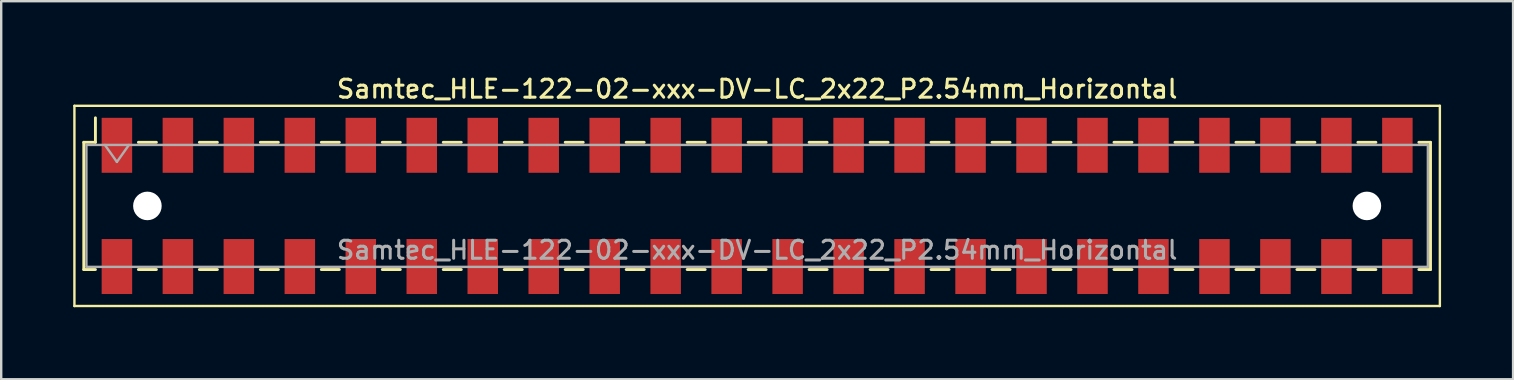
<source format=kicad_pcb>
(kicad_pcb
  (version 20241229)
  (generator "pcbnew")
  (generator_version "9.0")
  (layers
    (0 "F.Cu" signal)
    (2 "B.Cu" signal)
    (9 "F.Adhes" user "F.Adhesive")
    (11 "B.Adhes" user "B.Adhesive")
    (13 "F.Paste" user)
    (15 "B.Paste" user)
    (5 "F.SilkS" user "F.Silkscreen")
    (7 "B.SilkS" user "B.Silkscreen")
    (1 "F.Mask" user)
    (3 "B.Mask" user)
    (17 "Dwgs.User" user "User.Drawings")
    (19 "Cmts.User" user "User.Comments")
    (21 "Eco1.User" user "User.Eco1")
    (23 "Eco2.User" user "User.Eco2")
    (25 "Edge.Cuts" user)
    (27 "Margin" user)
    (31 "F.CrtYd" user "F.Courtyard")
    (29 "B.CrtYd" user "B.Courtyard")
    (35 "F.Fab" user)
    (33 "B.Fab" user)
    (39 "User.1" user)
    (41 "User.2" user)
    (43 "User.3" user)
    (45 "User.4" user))
  (footprint "Samtec_HLE-122-02-xxx-DV-LC_2x22_P2.54mm_Horizontal"
    (layer "F.Cu")
    (at 28.49 5.528)
    (property "Reference" "Samtec_HLE-122-02-xxx-DV-LC_2x22_P2.54mm_Horizontal" (at 0 -4.87 0) (layer "F.SilkS") (effects (font (size 0.75 0.75) (thickness 0.125))))
    (attr smd)
    (fp_line (start -28.44 -4.17) (end 28.44 -4.17) (stroke (width 0.1) (type solid)) (layer "F.SilkS"))
    (fp_line (start -28.44 4.17) (end -28.44 -4.17) (stroke (width 0.1) (type solid)) (layer "F.SilkS"))
    (fp_line (start -28.05 -2.65) (end -28.05 2.65) (stroke (width 0.12) (type solid)) (layer "F.SilkS"))
    (fp_line (start -28.05 2.65) (end -27.565 2.65) (stroke (width 0.12) (type solid)) (layer "F.SilkS"))
    (fp_line (start -27.565 -3.67) (end -27.565 -2.65) (stroke (width 0.12) (type solid)) (layer "F.SilkS"))
    (fp_line (start -27.565 -2.65) (end -28.05 -2.65) (stroke (width 0.12) (type solid)) (layer "F.SilkS"))
    (fp_line (start -25.775 -2.65) (end -25.025 -2.65) (stroke (width 0.12) (type solid)) (layer "F.SilkS"))
    (fp_line (start -25.775 2.65) (end -25.025 2.65) (stroke (width 0.12) (type solid)) (layer "F.SilkS"))
    (fp_line (start -23.235 -2.65) (end -22.485 -2.65) (stroke (width 0.12) (type solid)) (layer "F.SilkS"))
    (fp_line (start -23.235 2.65) (end -22.485 2.65) (stroke (width 0.12) (type solid)) (layer "F.SilkS"))
    (fp_line (start -20.695 -2.65) (end -19.945 -2.65) (stroke (width 0.12) (type solid)) (layer "F.SilkS"))
    (fp_line (start -20.695 2.65) (end -19.945 2.65) (stroke (width 0.12) (type solid)) (layer "F.SilkS"))
    (fp_line (start -18.155 -2.65) (end -17.405 -2.65) (stroke (width 0.12) (type solid)) (layer "F.SilkS"))
    (fp_line (start -18.155 2.65) (end -17.405 2.65) (stroke (width 0.12) (type solid)) (layer "F.SilkS"))
    (fp_line (start -15.615 -2.65) (end -14.865 -2.65) (stroke (width 0.12) (type solid)) (layer "F.SilkS"))
    (fp_line (start -15.615 2.65) (end -14.865 2.65) (stroke (width 0.12) (type solid)) (layer "F.SilkS"))
    (fp_line (start -13.075 -2.65) (end -12.325 -2.65) (stroke (width 0.12) (type solid)) (layer "F.SilkS"))
    (fp_line (start -13.075 2.65) (end -12.325 2.65) (stroke (width 0.12) (type solid)) (layer "F.SilkS"))
    (fp_line (start -10.535 -2.65) (end -9.785 -2.65) (stroke (width 0.12) (type solid)) (layer "F.SilkS"))
    (fp_line (start -10.535 2.65) (end -9.785 2.65) (stroke (width 0.12) (type solid)) (layer "F.SilkS"))
    (fp_line (start -7.995 -2.65) (end -7.245 -2.65) (stroke (width 0.12) (type solid)) (layer "F.SilkS"))
    (fp_line (start -7.995 2.65) (end -7.245 2.65) (stroke (width 0.12) (type solid)) (layer "F.SilkS"))
    (fp_line (start -5.455 -2.65) (end -4.705 -2.65) (stroke (width 0.12) (type solid)) (layer "F.SilkS"))
    (fp_line (start -5.455 2.65) (end -4.705 2.65) (stroke (width 0.12) (type solid)) (layer "F.SilkS"))
    (fp_line (start -2.915 -2.65) (end -2.165 -2.65) (stroke (width 0.12) (type solid)) (layer "F.SilkS"))
    (fp_line (start -2.915 2.65) (end -2.165 2.65) (stroke (width 0.12) (type solid)) (layer "F.SilkS"))
    (fp_line (start -0.375 -2.65) (end 0.375 -2.65) (stroke (width 0.12) (type solid)) (layer "F.SilkS"))
    (fp_line (start -0.375 2.65) (end 0.375 2.65) (stroke (width 0.12) (type solid)) (layer "F.SilkS"))
    (fp_line (start 2.165 -2.65) (end 2.915 -2.65) (stroke (width 0.12) (type solid)) (layer "F.SilkS"))
    (fp_line (start 2.165 2.65) (end 2.915 2.65) (stroke (width 0.12) (type solid)) (layer "F.SilkS"))
    (fp_line (start 4.705 -2.65) (end 5.455 -2.65) (stroke (width 0.12) (type solid)) (layer "F.SilkS"))
    (fp_line (start 4.705 2.65) (end 5.455 2.65) (stroke (width 0.12) (type solid)) (layer "F.SilkS"))
    (fp_line (start 7.245 -2.65) (end 7.995 -2.65) (stroke (width 0.12) (type solid)) (layer "F.SilkS"))
    (fp_line (start 7.245 2.65) (end 7.995 2.65) (stroke (width 0.12) (type solid)) (layer "F.SilkS"))
    (fp_line (start 9.785 -2.65) (end 10.535 -2.65) (stroke (width 0.12) (type solid)) (layer "F.SilkS"))
    (fp_line (start 9.785 2.65) (end 10.535 2.65) (stroke (width 0.12) (type solid)) (layer "F.SilkS"))
    (fp_line (start 12.325 -2.65) (end 13.075 -2.65) (stroke (width 0.12) (type solid)) (layer "F.SilkS"))
    (fp_line (start 12.325 2.65) (end 13.075 2.65) (stroke (width 0.12) (type solid)) (layer "F.SilkS"))
    (fp_line (start 14.865 -2.65) (end 15.615 -2.65) (stroke (width 0.12) (type solid)) (layer "F.SilkS"))
    (fp_line (start 14.865 2.65) (end 15.615 2.65) (stroke (width 0.12) (type solid)) (layer "F.SilkS"))
    (fp_line (start 17.405 -2.65) (end 18.155 -2.65) (stroke (width 0.12) (type solid)) (layer "F.SilkS"))
    (fp_line (start 17.405 2.65) (end 18.155 2.65) (stroke (width 0.12) (type solid)) (layer "F.SilkS"))
    (fp_line (start 19.945 -2.65) (end 20.695 -2.65) (stroke (width 0.12) (type solid)) (layer "F.SilkS"))
    (fp_line (start 19.945 2.65) (end 20.695 2.65) (stroke (width 0.12) (type solid)) (layer "F.SilkS"))
    (fp_line (start 22.485 -2.65) (end 23.235 -2.65) (stroke (width 0.12) (type solid)) (layer "F.SilkS"))
    (fp_line (start 22.485 2.65) (end 23.235 2.65) (stroke (width 0.12) (type solid)) (layer "F.SilkS"))
    (fp_line (start 25.025 -2.65) (end 25.775 -2.65) (stroke (width 0.12) (type solid)) (layer "F.SilkS"))
    (fp_line (start 25.025 2.65) (end 25.775 2.65) (stroke (width 0.12) (type solid)) (layer "F.SilkS"))
    (fp_line (start 27.565 -2.65) (end 28.05 -2.65) (stroke (width 0.12) (type solid)) (layer "F.SilkS"))
    (fp_line (start 28.05 -2.65) (end 28.05 2.65) (stroke (width 0.12) (type solid)) (layer "F.SilkS"))
    (fp_line (start 28.05 2.65) (end 27.565 2.65) (stroke (width 0.12) (type solid)) (layer "F.SilkS"))
    (fp_line (start 28.44 -4.17) (end 28.44 4.17) (stroke (width 0.1) (type solid)) (layer "F.SilkS"))
    (fp_line (start 28.44 4.17) (end -28.44 4.17) (stroke (width 0.1) (type solid)) (layer "F.SilkS"))
    (fp_line (start -27.94 -2.54) (end 27.94 -2.54) (stroke (width 0.1) (type solid)) (layer "F.Fab"))
    (fp_line (start -27.94 2.54) (end -27.94 -2.54) (stroke (width 0.1) (type solid)) (layer "F.Fab"))
    (fp_line (start -27.17 -2.54) (end -26.67 -1.833) (stroke (width 0.1) (type solid)) (layer "F.Fab"))
    (fp_line (start -26.67 -1.833) (end -26.17 -2.54) (stroke (width 0.1) (type solid)) (layer "F.Fab"))
    (fp_line (start 27.94 -2.54) (end 27.94 2.54) (stroke (width 0.1) (type solid)) (layer "F.Fab"))
    (fp_line (start 27.94 2.54) (end -27.94 2.54) (stroke (width 0.1) (type solid)) (layer "F.Fab"))
    (fp_text user "${REFERENCE}" (at 0 1.84 0) (layer "F.Fab") (effects (font (size 0.75 0.75) (thickness 0.125))))
    (pad "" np_thru_hole circle (at -25.4 0) (size 1.19 1.19) (drill 1.19) (layers "*.Cu" "*.Mask"))
    (pad "" np_thru_hole circle (at 25.4 0) (size 1.19 1.19) (drill 1.19) (layers "*.Cu" "*.Mask"))
    (pad "1" smd rect (at -26.67 -2.525) (size 1.27 2.29) (layers "F.Cu" "F.Mask" "F.Paste"))
    (pad "2" smd rect (at -26.67 2.525) (size 1.27 2.29) (layers "F.Cu" "F.Mask" "F.Paste"))
    (pad "3" smd rect (at -24.13 -2.525) (size 1.27 2.29) (layers "F.Cu" "F.Mask" "F.Paste"))
    (pad "4" smd rect (at -24.13 2.525) (size 1.27 2.29) (layers "F.Cu" "F.Mask" "F.Paste"))
    (pad "5" smd rect (at -21.59 -2.525) (size 1.27 2.29) (layers "F.Cu" "F.Mask" "F.Paste"))
    (pad "6" smd rect (at -21.59 2.525) (size 1.27 2.29) (layers "F.Cu" "F.Mask" "F.Paste"))
    (pad "7" smd rect (at -19.05 -2.525) (size 1.27 2.29) (layers "F.Cu" "F.Mask" "F.Paste"))
    (pad "8" smd rect (at -19.05 2.525) (size 1.27 2.29) (layers "F.Cu" "F.Mask" "F.Paste"))
    (pad "9" smd rect (at -16.51 -2.525) (size 1.27 2.29) (layers "F.Cu" "F.Mask" "F.Paste"))
    (pad "10" smd rect (at -16.51 2.525) (size 1.27 2.29) (layers "F.Cu" "F.Mask" "F.Paste"))
    (pad "11" smd rect (at -13.97 -2.525) (size 1.27 2.29) (layers "F.Cu" "F.Mask" "F.Paste"))
    (pad "12" smd rect (at -13.97 2.525) (size 1.27 2.29) (layers "F.Cu" "F.Mask" "F.Paste"))
    (pad "13" smd rect (at -11.43 -2.525) (size 1.27 2.29) (layers "F.Cu" "F.Mask" "F.Paste"))
    (pad "14" smd rect (at -11.43 2.525) (size 1.27 2.29) (layers "F.Cu" "F.Mask" "F.Paste"))
    (pad "15" smd rect (at -8.89 -2.525) (size 1.27 2.29) (layers "F.Cu" "F.Mask" "F.Paste"))
    (pad "16" smd rect (at -8.89 2.525) (size 1.27 2.29) (layers "F.Cu" "F.Mask" "F.Paste"))
    (pad "17" smd rect (at -6.35 -2.525) (size 1.27 2.29) (layers "F.Cu" "F.Mask" "F.Paste"))
    (pad "18" smd rect (at -6.35 2.525) (size 1.27 2.29) (layers "F.Cu" "F.Mask" "F.Paste"))
    (pad "19" smd rect (at -3.81 -2.525) (size 1.27 2.29) (layers "F.Cu" "F.Mask" "F.Paste"))
    (pad "20" smd rect (at -3.81 2.525) (size 1.27 2.29) (layers "F.Cu" "F.Mask" "F.Paste"))
    (pad "21" smd rect (at -1.27 -2.525) (size 1.27 2.29) (layers "F.Cu" "F.Mask" "F.Paste"))
    (pad "22" smd rect (at -1.27 2.525) (size 1.27 2.29) (layers "F.Cu" "F.Mask" "F.Paste"))
    (pad "23" smd rect (at 1.27 -2.525) (size 1.27 2.29) (layers "F.Cu" "F.Mask" "F.Paste"))
    (pad "24" smd rect (at 1.27 2.525) (size 1.27 2.29) (layers "F.Cu" "F.Mask" "F.Paste"))
    (pad "25" smd rect (at 3.81 -2.525) (size 1.27 2.29) (layers "F.Cu" "F.Mask" "F.Paste"))
    (pad "26" smd rect (at 3.81 2.525) (size 1.27 2.29) (layers "F.Cu" "F.Mask" "F.Paste"))
    (pad "27" smd rect (at 6.35 -2.525) (size 1.27 2.29) (layers "F.Cu" "F.Mask" "F.Paste"))
    (pad "28" smd rect (at 6.35 2.525) (size 1.27 2.29) (layers "F.Cu" "F.Mask" "F.Paste"))
    (pad "29" smd rect (at 8.89 -2.525) (size 1.27 2.29) (layers "F.Cu" "F.Mask" "F.Paste"))
    (pad "30" smd rect (at 8.89 2.525) (size 1.27 2.29) (layers "F.Cu" "F.Mask" "F.Paste"))
    (pad "31" smd rect (at 11.43 -2.525) (size 1.27 2.29) (layers "F.Cu" "F.Mask" "F.Paste"))
    (pad "32" smd rect (at 11.43 2.525) (size 1.27 2.29) (layers "F.Cu" "F.Mask" "F.Paste"))
    (pad "33" smd rect (at 13.97 -2.525) (size 1.27 2.29) (layers "F.Cu" "F.Mask" "F.Paste"))
    (pad "34" smd rect (at 13.97 2.525) (size 1.27 2.29) (layers "F.Cu" "F.Mask" "F.Paste"))
    (pad "35" smd rect (at 16.51 -2.525) (size 1.27 2.29) (layers "F.Cu" "F.Mask" "F.Paste"))
    (pad "36" smd rect (at 16.51 2.525) (size 1.27 2.29) (layers "F.Cu" "F.Mask" "F.Paste"))
    (pad "37" smd rect (at 19.05 -2.525) (size 1.27 2.29) (layers "F.Cu" "F.Mask" "F.Paste"))
    (pad "38" smd rect (at 19.05 2.525) (size 1.27 2.29) (layers "F.Cu" "F.Mask" "F.Paste"))
    (pad "39" smd rect (at 21.59 -2.525) (size 1.27 2.29) (layers "F.Cu" "F.Mask" "F.Paste"))
    (pad "40" smd rect (at 21.59 2.525) (size 1.27 2.29) (layers "F.Cu" "F.Mask" "F.Paste"))
    (pad "41" smd rect (at 24.13 -2.525) (size 1.27 2.29) (layers "F.Cu" "F.Mask" "F.Paste"))
    (pad "42" smd rect (at 24.13 2.525) (size 1.27 2.29) (layers "F.Cu" "F.Mask" "F.Paste"))
    (pad "43" smd rect (at 26.67 -2.525) (size 1.27 2.29) (layers "F.Cu" "F.Mask" "F.Paste"))
    (pad "44" smd rect (at 26.67 2.525) (size 1.27 2.29) (layers "F.Cu" "F.Mask" "F.Paste")))
  (gr_rect
    (start -3 -3)
    (end 59.98 12.748)
    (stroke (width 0.1) (type default))
    (fill no)
    (layer "Edge.Cuts")))
</source>
